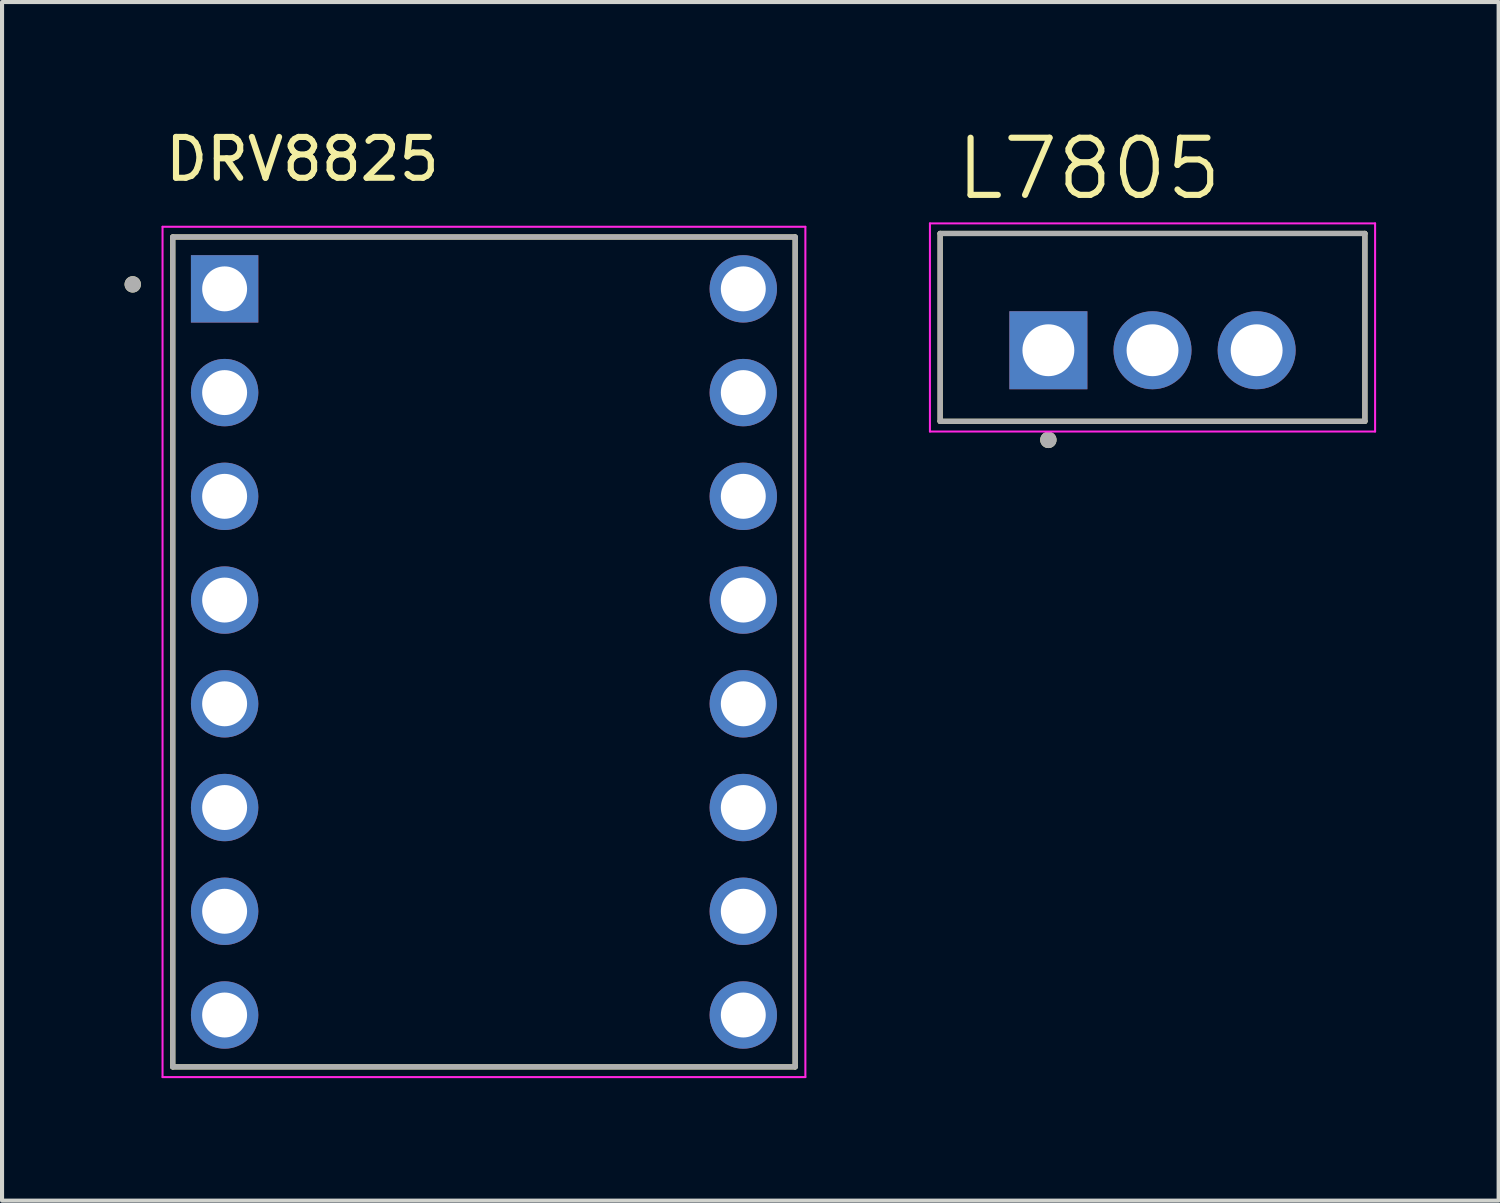
<source format=kicad_pcb>
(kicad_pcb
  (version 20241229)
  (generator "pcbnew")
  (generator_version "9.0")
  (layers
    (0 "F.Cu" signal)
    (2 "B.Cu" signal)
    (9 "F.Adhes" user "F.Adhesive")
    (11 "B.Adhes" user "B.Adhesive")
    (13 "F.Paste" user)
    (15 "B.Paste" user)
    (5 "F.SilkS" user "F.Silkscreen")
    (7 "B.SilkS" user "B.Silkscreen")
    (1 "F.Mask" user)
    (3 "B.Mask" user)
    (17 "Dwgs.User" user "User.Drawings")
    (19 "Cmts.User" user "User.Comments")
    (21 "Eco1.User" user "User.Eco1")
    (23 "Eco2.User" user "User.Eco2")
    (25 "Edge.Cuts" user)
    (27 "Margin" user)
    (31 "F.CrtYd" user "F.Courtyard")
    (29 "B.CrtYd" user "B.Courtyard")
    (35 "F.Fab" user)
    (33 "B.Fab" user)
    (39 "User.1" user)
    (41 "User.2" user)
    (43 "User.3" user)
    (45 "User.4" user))
  (footprint "DRV8825"
    (layer "F.Cu")
    (at 8.8 12.913)
    (property "Reference" "DRV8825" (at -4.445 -12.065 0) (layer "F.SilkS") (effects (font (size 1 1) (thickness 0.15))))
    (attr through_hole)
    (fp_line (start -7.62 -10.16) (end 7.62 -10.16) (stroke (width 0.127) (type solid)) (layer "F.SilkS"))
    (fp_line (start -7.62 10.16) (end -7.62 -10.16) (stroke (width 0.127) (type solid)) (layer "F.SilkS"))
    (fp_line (start 7.62 -10.16) (end 7.62 10.16) (stroke (width 0.127) (type solid)) (layer "F.SilkS"))
    (fp_line (start 7.62 10.16) (end -7.62 10.16) (stroke (width 0.127) (type solid)) (layer "F.SilkS"))
    (fp_circle (center -8.6 -9) (end -8.5 -9) (stroke (width 0.2) (type solid)) (fill no) (layer "F.SilkS"))
    (fp_line (start -7.87 -10.41) (end 7.87 -10.41) (stroke (width 0.05) (type solid)) (layer "F.CrtYd"))
    (fp_line (start -7.87 10.41) (end -7.87 -10.41) (stroke (width 0.05) (type solid)) (layer "F.CrtYd"))
    (fp_line (start 7.87 -10.41) (end 7.87 10.41) (stroke (width 0.05) (type solid)) (layer "F.CrtYd"))
    (fp_line (start 7.87 10.41) (end -7.87 10.41) (stroke (width 0.05) (type solid)) (layer "F.CrtYd"))
    (fp_line (start -7.62 -10.16) (end 7.62 -10.16) (stroke (width 0.127) (type solid)) (layer "F.Fab"))
    (fp_line (start -7.62 10.16) (end -7.62 -10.16) (stroke (width 0.127) (type solid)) (layer "F.Fab"))
    (fp_line (start 7.62 -10.16) (end 7.62 10.16) (stroke (width 0.127) (type solid)) (layer "F.Fab"))
    (fp_line (start 7.62 10.16) (end -7.62 10.16) (stroke (width 0.127) (type solid)) (layer "F.Fab"))
    (fp_circle (center -8.6 -9) (end -8.5 -9) (stroke (width 0.2) (type solid)) (fill no) (layer "F.Fab"))
    (pad "1" thru_hole rect (at -6.35 -8.89) (size 1.65 1.65) (drill 1.1) (layers "*.Cu" "*.Mask"))
    (pad "2" thru_hole circle (at -6.35 -6.35) (size 1.65 1.65) (drill 1.1) (layers "*.Cu" "*.Mask"))
    (pad "3" thru_hole circle (at -6.35 -3.81) (size 1.65 1.65) (drill 1.1) (layers "*.Cu" "*.Mask"))
    (pad "4" thru_hole circle (at -6.35 -1.27) (size 1.65 1.65) (drill 1.1) (layers "*.Cu" "*.Mask"))
    (pad "5" thru_hole circle (at -6.35 1.27) (size 1.65 1.65) (drill 1.1) (layers "*.Cu" "*.Mask"))
    (pad "6" thru_hole circle (at -6.35 3.81) (size 1.65 1.65) (drill 1.1) (layers "*.Cu" "*.Mask"))
    (pad "7" thru_hole circle (at -6.35 6.35) (size 1.65 1.65) (drill 1.1) (layers "*.Cu" "*.Mask"))
    (pad "8" thru_hole circle (at -6.35 8.89) (size 1.65 1.65) (drill 1.1) (layers "*.Cu" "*.Mask"))
    (pad "9" thru_hole circle (at 6.35 8.89) (size 1.65 1.65) (drill 1.1) (layers "*.Cu" "*.Mask"))
    (pad "10" thru_hole circle (at 6.35 6.35) (size 1.65 1.65) (drill 1.1) (layers "*.Cu" "*.Mask"))
    (pad "11" thru_hole circle (at 6.35 3.81) (size 1.65 1.65) (drill 1.1) (layers "*.Cu" "*.Mask"))
    (pad "12" thru_hole circle (at 6.35 1.27) (size 1.65 1.65) (drill 1.1) (layers "*.Cu" "*.Mask"))
    (pad "13" thru_hole circle (at 6.35 -1.27) (size 1.65 1.65) (drill 1.1) (layers "*.Cu" "*.Mask"))
    (pad "14" thru_hole circle (at 6.35 -3.81) (size 1.65 1.65) (drill 1.1) (layers "*.Cu" "*.Mask"))
    (pad "15" thru_hole circle (at 6.35 -6.35) (size 1.65 1.65) (drill 1.1) (layers "*.Cu" "*.Mask"))
    (pad "16" thru_hole circle (at 6.35 -8.89) (size 1.65 1.65) (drill 1.1) (layers "*.Cu" "*.Mask")))
  (footprint "L7805"
    (layer "F.Cu")
    (at 22.62 5.526)
    (property "Reference" "L7805" (at 0.995 -4.444 0) (layer "F.SilkS") (effects (font (size 1.4 1.4) (thickness 0.15))))
    (attr through_hole)
    (fp_line (start -2.65 -2.86) (end 7.75 -2.86) (stroke (width 0.127) (type solid)) (layer "F.SilkS"))
    (fp_line (start -2.65 1.74) (end -2.65 -2.86) (stroke (width 0.127) (type solid)) (layer "F.SilkS"))
    (fp_line (start 7.75 -2.86) (end 7.75 1.74) (stroke (width 0.127) (type solid)) (layer "F.SilkS"))
    (fp_line (start 7.75 1.74) (end -2.65 1.74) (stroke (width 0.127) (type solid)) (layer "F.SilkS"))
    (fp_circle (center 0 2.195) (end 0.1 2.195) (stroke (width 0.2) (type solid)) (fill no) (layer "F.SilkS"))
    (fp_line (start -2.9 -3.106) (end 8 -3.106) (stroke (width 0.05) (type solid)) (layer "F.CrtYd"))
    (fp_line (start -2.9 1.99) (end -2.9 -3.106) (stroke (width 0.05) (type solid)) (layer "F.CrtYd"))
    (fp_line (start 8 -3.106) (end 8 1.99) (stroke (width 0.05) (type solid)) (layer "F.CrtYd"))
    (fp_line (start 8 1.99) (end -2.9 1.99) (stroke (width 0.05) (type solid)) (layer "F.CrtYd"))
    (fp_line (start -2.65 -2.86) (end 7.75 -2.86) (stroke (width 0.127) (type solid)) (layer "F.Fab"))
    (fp_line (start -2.65 1.74) (end -2.65 -2.86) (stroke (width 0.127) (type solid)) (layer "F.Fab"))
    (fp_line (start 7.75 -2.86) (end 7.75 1.74) (stroke (width 0.127) (type solid)) (layer "F.Fab"))
    (fp_line (start 7.75 1.74) (end -2.65 1.74) (stroke (width 0.127) (type solid)) (layer "F.Fab"))
    (fp_circle (center 0 2.195) (end 0.1 2.195) (stroke (width 0.2) (type solid)) (fill no) (layer "F.Fab"))
    (pad "1" thru_hole rect (at 0 0) (size 1.91 1.91) (drill 1.27) (layers "*.Cu" "*.Mask"))
    (pad "2" thru_hole circle (at 2.55 0) (size 1.91 1.91) (drill 1.27) (layers "*.Cu" "*.Mask"))
    (pad "3" thru_hole circle (at 5.1 0) (size 1.91 1.91) (drill 1.27) (layers "*.Cu" "*.Mask")))
  (gr_rect
    (start -3 -3)
    (end 33.645 26.348)
    (stroke (width 0.1) (type default))
    (fill no)
    (layer "Edge.Cuts")))
</source>
